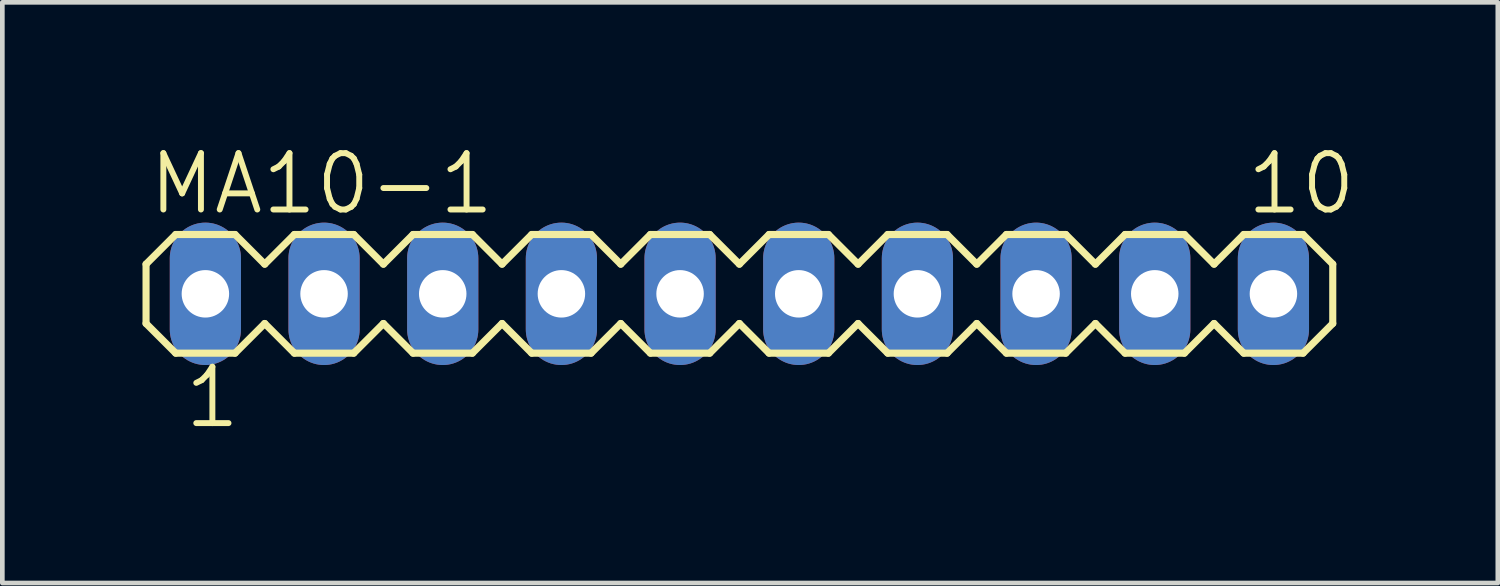
<source format=kicad_pcb>
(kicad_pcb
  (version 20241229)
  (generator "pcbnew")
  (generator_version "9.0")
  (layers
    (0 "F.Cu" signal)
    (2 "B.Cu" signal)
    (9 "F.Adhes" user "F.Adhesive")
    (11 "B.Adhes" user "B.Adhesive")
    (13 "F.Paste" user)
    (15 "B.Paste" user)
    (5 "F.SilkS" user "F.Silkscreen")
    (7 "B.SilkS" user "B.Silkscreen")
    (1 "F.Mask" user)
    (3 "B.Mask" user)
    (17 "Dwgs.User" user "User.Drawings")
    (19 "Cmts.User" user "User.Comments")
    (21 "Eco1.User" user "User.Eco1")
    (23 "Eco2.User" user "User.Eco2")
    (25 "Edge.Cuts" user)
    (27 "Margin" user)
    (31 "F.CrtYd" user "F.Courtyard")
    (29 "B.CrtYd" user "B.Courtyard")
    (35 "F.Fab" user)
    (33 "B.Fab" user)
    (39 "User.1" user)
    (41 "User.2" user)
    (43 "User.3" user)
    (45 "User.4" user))
  (footprint "MA10-1"
    (layer "F.Cu")
    (at 12.776 3.239)
    (property "Reference" "MA10-1" (at -12.7 -1.651 0) (layer "F.SilkS") (effects (font (size 1.206 1.206) (thickness 0.127)) (justify left bottom)))
    (attr through_hole)
    (fp_line (start -12.7 -0.635) (end -12.7 0.635) (stroke (width 0.152) (type solid)) (layer "F.SilkS"))
    (fp_line (start -12.7 0.635) (end -12.065 1.27) (stroke (width 0.152) (type solid)) (layer "F.SilkS"))
    (fp_line (start -12.065 -1.27) (end -12.7 -0.635) (stroke (width 0.152) (type solid)) (layer "F.SilkS"))
    (fp_line (start -12.065 -1.27) (end -10.795 -1.27) (stroke (width 0.152) (type solid)) (layer "F.SilkS"))
    (fp_line (start -10.795 -1.27) (end -10.16 -0.635) (stroke (width 0.152) (type solid)) (layer "F.SilkS"))
    (fp_line (start -10.795 1.27) (end -12.065 1.27) (stroke (width 0.152) (type solid)) (layer "F.SilkS"))
    (fp_line (start -10.16 -0.635) (end -9.525 -1.27) (stroke (width 0.152) (type solid)) (layer "F.SilkS"))
    (fp_line (start -10.16 0.635) (end -10.795 1.27) (stroke (width 0.152) (type solid)) (layer "F.SilkS"))
    (fp_line (start -9.525 -1.27) (end -8.255 -1.27) (stroke (width 0.152) (type solid)) (layer "F.SilkS"))
    (fp_line (start -9.525 1.27) (end -10.16 0.635) (stroke (width 0.152) (type solid)) (layer "F.SilkS"))
    (fp_line (start -8.255 -1.27) (end -7.62 -0.635) (stroke (width 0.152) (type solid)) (layer "F.SilkS"))
    (fp_line (start -8.255 1.27) (end -9.525 1.27) (stroke (width 0.152) (type solid)) (layer "F.SilkS"))
    (fp_line (start -7.62 -0.635) (end -6.985 -1.27) (stroke (width 0.152) (type solid)) (layer "F.SilkS"))
    (fp_line (start -7.62 0.635) (end -8.255 1.27) (stroke (width 0.152) (type solid)) (layer "F.SilkS"))
    (fp_line (start -6.985 -1.27) (end -5.715 -1.27) (stroke (width 0.152) (type solid)) (layer "F.SilkS"))
    (fp_line (start -6.985 1.27) (end -7.62 0.635) (stroke (width 0.152) (type solid)) (layer "F.SilkS"))
    (fp_line (start -5.715 -1.27) (end -5.08 -0.635) (stroke (width 0.152) (type solid)) (layer "F.SilkS"))
    (fp_line (start -5.715 1.27) (end -6.985 1.27) (stroke (width 0.152) (type solid)) (layer "F.SilkS"))
    (fp_line (start -5.08 0.635) (end -5.715 1.27) (stroke (width 0.152) (type solid)) (layer "F.SilkS"))
    (fp_line (start -5.08 0.635) (end -4.445 1.27) (stroke (width 0.152) (type solid)) (layer "F.SilkS"))
    (fp_line (start -4.445 -1.27) (end -5.08 -0.635) (stroke (width 0.152) (type solid)) (layer "F.SilkS"))
    (fp_line (start -4.445 -1.27) (end -3.175 -1.27) (stroke (width 0.152) (type solid)) (layer "F.SilkS"))
    (fp_line (start -3.175 -1.27) (end -2.54 -0.635) (stroke (width 0.152) (type solid)) (layer "F.SilkS"))
    (fp_line (start -3.175 1.27) (end -4.445 1.27) (stroke (width 0.152) (type solid)) (layer "F.SilkS"))
    (fp_line (start -2.54 0.635) (end -3.175 1.27) (stroke (width 0.152) (type solid)) (layer "F.SilkS"))
    (fp_line (start -2.54 0.635) (end -1.905 1.27) (stroke (width 0.152) (type solid)) (layer "F.SilkS"))
    (fp_line (start -1.905 -1.27) (end -2.54 -0.635) (stroke (width 0.152) (type solid)) (layer "F.SilkS"))
    (fp_line (start -1.905 -1.27) (end -0.635 -1.27) (stroke (width 0.152) (type solid)) (layer "F.SilkS"))
    (fp_line (start -0.635 -1.27) (end 0 -0.635) (stroke (width 0.152) (type solid)) (layer "F.SilkS"))
    (fp_line (start -0.635 1.27) (end -1.905 1.27) (stroke (width 0.152) (type solid)) (layer "F.SilkS"))
    (fp_line (start 0 -0.635) (end 0.635 -1.27) (stroke (width 0.152) (type solid)) (layer "F.SilkS"))
    (fp_line (start 0 0.635) (end -0.635 1.27) (stroke (width 0.152) (type solid)) (layer "F.SilkS"))
    (fp_line (start 0.635 -1.27) (end 1.905 -1.27) (stroke (width 0.152) (type solid)) (layer "F.SilkS"))
    (fp_line (start 0.635 1.27) (end 0 0.635) (stroke (width 0.152) (type solid)) (layer "F.SilkS"))
    (fp_line (start 1.905 -1.27) (end 2.54 -0.635) (stroke (width 0.152) (type solid)) (layer "F.SilkS"))
    (fp_line (start 1.905 1.27) (end 0.635 1.27) (stroke (width 0.152) (type solid)) (layer "F.SilkS"))
    (fp_line (start 2.54 -0.635) (end 3.175 -1.27) (stroke (width 0.152) (type solid)) (layer "F.SilkS"))
    (fp_line (start 2.54 0.635) (end 1.905 1.27) (stroke (width 0.152) (type solid)) (layer "F.SilkS"))
    (fp_line (start 3.175 -1.27) (end 4.445 -1.27) (stroke (width 0.152) (type solid)) (layer "F.SilkS"))
    (fp_line (start 3.175 1.27) (end 2.54 0.635) (stroke (width 0.152) (type solid)) (layer "F.SilkS"))
    (fp_line (start 4.445 -1.27) (end 5.08 -0.635) (stroke (width 0.152) (type solid)) (layer "F.SilkS"))
    (fp_line (start 4.445 1.27) (end 3.175 1.27) (stroke (width 0.152) (type solid)) (layer "F.SilkS"))
    (fp_line (start 5.08 0.635) (end 4.445 1.27) (stroke (width 0.152) (type solid)) (layer "F.SilkS"))
    (fp_line (start 5.08 0.635) (end 5.715 1.27) (stroke (width 0.152) (type solid)) (layer "F.SilkS"))
    (fp_line (start 5.715 -1.27) (end 5.08 -0.635) (stroke (width 0.152) (type solid)) (layer "F.SilkS"))
    (fp_line (start 5.715 -1.27) (end 6.985 -1.27) (stroke (width 0.152) (type solid)) (layer "F.SilkS"))
    (fp_line (start 6.985 -1.27) (end 7.62 -0.635) (stroke (width 0.152) (type solid)) (layer "F.SilkS"))
    (fp_line (start 6.985 1.27) (end 5.715 1.27) (stroke (width 0.152) (type solid)) (layer "F.SilkS"))
    (fp_line (start 7.62 0.635) (end 6.985 1.27) (stroke (width 0.152) (type solid)) (layer "F.SilkS"))
    (fp_line (start 7.62 0.635) (end 8.255 1.27) (stroke (width 0.152) (type solid)) (layer "F.SilkS"))
    (fp_line (start 8.255 -1.27) (end 7.62 -0.635) (stroke (width 0.152) (type solid)) (layer "F.SilkS"))
    (fp_line (start 8.255 -1.27) (end 9.525 -1.27) (stroke (width 0.152) (type solid)) (layer "F.SilkS"))
    (fp_line (start 9.525 -1.27) (end 10.16 -0.635) (stroke (width 0.152) (type solid)) (layer "F.SilkS"))
    (fp_line (start 9.525 1.27) (end 8.255 1.27) (stroke (width 0.152) (type solid)) (layer "F.SilkS"))
    (fp_line (start 10.16 -0.635) (end 10.795 -1.27) (stroke (width 0.152) (type solid)) (layer "F.SilkS"))
    (fp_line (start 10.16 0.635) (end 9.525 1.27) (stroke (width 0.152) (type solid)) (layer "F.SilkS"))
    (fp_line (start 10.795 -1.27) (end 12.065 -1.27) (stroke (width 0.152) (type solid)) (layer "F.SilkS"))
    (fp_line (start 10.795 1.27) (end 10.16 0.635) (stroke (width 0.152) (type solid)) (layer "F.SilkS"))
    (fp_line (start 12.065 -1.27) (end 12.7 -0.635) (stroke (width 0.152) (type solid)) (layer "F.SilkS"))
    (fp_line (start 12.065 1.27) (end 10.795 1.27) (stroke (width 0.152) (type solid)) (layer "F.SilkS"))
    (fp_line (start 12.7 -0.635) (end 12.7 0.635) (stroke (width 0.152) (type solid)) (layer "F.SilkS"))
    (fp_line (start 12.7 0.635) (end 12.065 1.27) (stroke (width 0.152) (type solid)) (layer "F.SilkS"))
    (fp_poly (pts (xy -11.684 0.254) (xy -11.176 0.254) (xy -11.176 -0.254) (xy -11.684 -0.254)) (stroke (width 0.1) (type solid)) (fill no) (layer "F.Fab"))
    (fp_poly (pts (xy -9.144 0.254) (xy -8.636 0.254) (xy -8.636 -0.254) (xy -9.144 -0.254)) (stroke (width 0.1) (type solid)) (fill no) (layer "F.Fab"))
    (fp_poly (pts (xy -6.604 0.254) (xy -6.096 0.254) (xy -6.096 -0.254) (xy -6.604 -0.254)) (stroke (width 0.1) (type solid)) (fill no) (layer "F.Fab"))
    (fp_poly (pts (xy -4.064 0.254) (xy -3.556 0.254) (xy -3.556 -0.254) (xy -4.064 -0.254)) (stroke (width 0.1) (type solid)) (fill no) (layer "F.Fab"))
    (fp_poly (pts (xy -1.524 0.254) (xy -1.016 0.254) (xy -1.016 -0.254) (xy -1.524 -0.254)) (stroke (width 0.1) (type solid)) (fill no) (layer "F.Fab"))
    (fp_poly (pts (xy 1.016 0.254) (xy 1.524 0.254) (xy 1.524 -0.254) (xy 1.016 -0.254)) (stroke (width 0.1) (type solid)) (fill no) (layer "F.Fab"))
    (fp_poly (pts (xy 3.556 0.254) (xy 4.064 0.254) (xy 4.064 -0.254) (xy 3.556 -0.254)) (stroke (width 0.1) (type solid)) (fill no) (layer "F.Fab"))
    (fp_poly (pts (xy 6.096 0.254) (xy 6.604 0.254) (xy 6.604 -0.254) (xy 6.096 -0.254)) (stroke (width 0.1) (type solid)) (fill no) (layer "F.Fab"))
    (fp_poly (pts (xy 8.636 0.254) (xy 9.144 0.254) (xy 9.144 -0.254) (xy 8.636 -0.254)) (stroke (width 0.1) (type solid)) (fill no) (layer "F.Fab"))
    (fp_poly (pts (xy 11.176 0.254) (xy 11.684 0.254) (xy 11.684 -0.254) (xy 11.176 -0.254)) (stroke (width 0.1) (type solid)) (fill no) (layer "F.Fab"))
    (fp_text user "10" (at 10.795 -1.651 0) (layer "F.SilkS") (effects (font (size 1.206 1.206) (thickness 0.127)) (justify left bottom)))
    (fp_text user "1" (at -11.938 2.921 0) (layer "F.SilkS") (effects (font (size 1.206 1.206) (thickness 0.127)) (justify left bottom)))
    (pad "1" thru_hole oval (at -11.43 0 90) (size 3.048 1.524) (drill 1.016) (layers "*.Cu" "*.Mask"))
    (pad "2" thru_hole oval (at -8.89 0 90) (size 3.048 1.524) (drill 1.016) (layers "*.Cu" "*.Mask"))
    (pad "3" thru_hole oval (at -6.35 0 90) (size 3.048 1.524) (drill 1.016) (layers "*.Cu" "*.Mask"))
    (pad "4" thru_hole oval (at -3.81 0 90) (size 3.048 1.524) (drill 1.016) (layers "*.Cu" "*.Mask"))
    (pad "5" thru_hole oval (at -1.27 0 90) (size 3.048 1.524) (drill 1.016) (layers "*.Cu" "*.Mask"))
    (pad "6" thru_hole oval (at 1.27 0 90) (size 3.048 1.524) (drill 1.016) (layers "*.Cu" "*.Mask"))
    (pad "7" thru_hole oval (at 3.81 0 90) (size 3.048 1.524) (drill 1.016) (layers "*.Cu" "*.Mask"))
    (pad "8" thru_hole oval (at 6.35 0 90) (size 3.048 1.524) (drill 1.016) (layers "*.Cu" "*.Mask"))
    (pad "9" thru_hole oval (at 8.89 0 90) (size 3.048 1.524) (drill 1.016) (layers "*.Cu" "*.Mask"))
    (pad "10" thru_hole oval (at 11.43 0 90) (size 3.048 1.524) (drill 1.016) (layers "*.Cu" "*.Mask")))
  (gr_rect
    (start -3 -3)
    (end 29.009 9.429)
    (stroke (width 0.1) (type default))
    (fill no)
    (layer "Edge.Cuts")))
</source>
